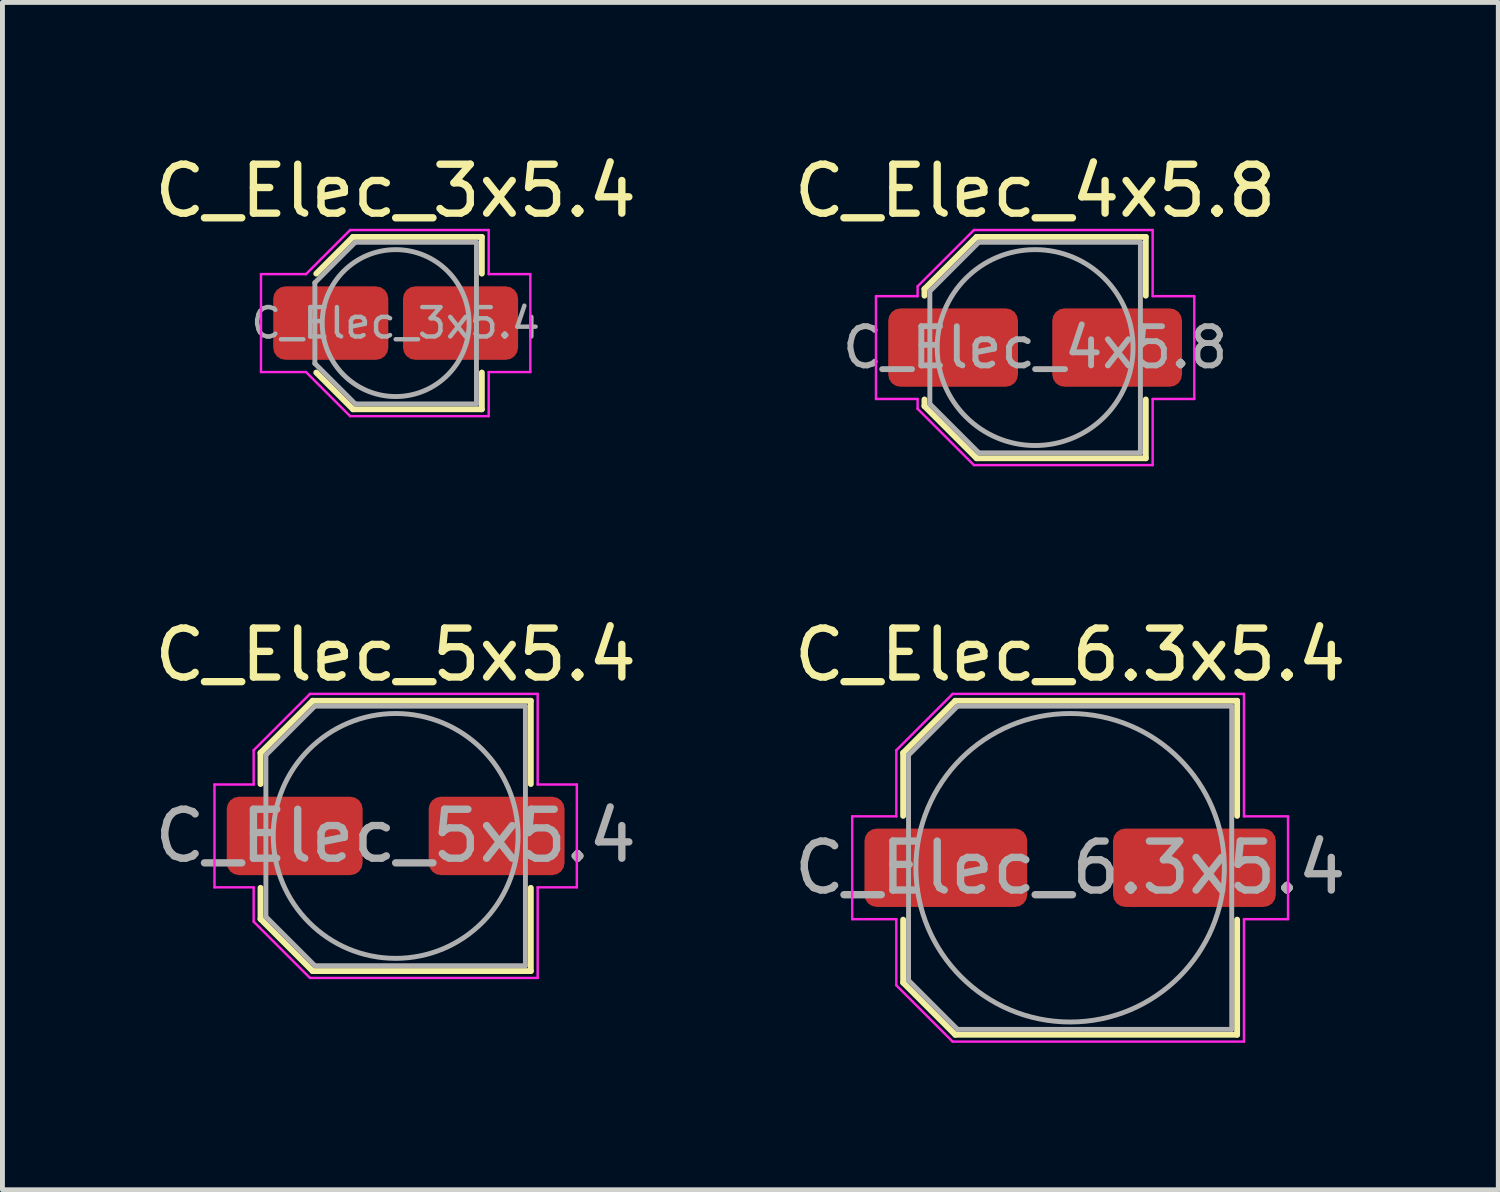
<source format=kicad_pcb>
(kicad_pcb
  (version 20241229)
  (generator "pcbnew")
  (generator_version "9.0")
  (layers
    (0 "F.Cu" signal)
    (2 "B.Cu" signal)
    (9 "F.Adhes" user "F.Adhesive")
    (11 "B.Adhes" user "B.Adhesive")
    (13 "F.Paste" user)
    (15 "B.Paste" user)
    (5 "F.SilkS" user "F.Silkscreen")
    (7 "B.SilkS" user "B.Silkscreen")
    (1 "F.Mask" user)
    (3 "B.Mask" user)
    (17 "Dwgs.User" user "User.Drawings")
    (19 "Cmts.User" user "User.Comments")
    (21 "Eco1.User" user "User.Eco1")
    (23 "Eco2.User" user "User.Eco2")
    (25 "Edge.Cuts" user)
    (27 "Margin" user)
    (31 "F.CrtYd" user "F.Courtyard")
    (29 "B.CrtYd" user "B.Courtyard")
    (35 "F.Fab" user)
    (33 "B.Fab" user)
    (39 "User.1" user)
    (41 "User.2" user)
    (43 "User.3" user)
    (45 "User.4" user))
  (footprint "C_Elec_5x5.4"
    (layer "F.Cu")
    (at 5.03 14.021)
    (property "Reference" "C_Elec_5x5.4" (at 0 -3.7 0) (layer "F.SilkS") (effects (font (size 1 1) (thickness 0.15))))
    (attr smd)
    (fp_line (start -2.76 -1.696) (end -2.76 -1.06) (stroke (width 0.12) (type solid)) (layer "F.SilkS"))
    (fp_line (start -2.76 -1.696) (end -1.696 -2.76) (stroke (width 0.12) (type solid)) (layer "F.SilkS"))
    (fp_line (start -2.76 1.696) (end -2.76 1.06) (stroke (width 0.12) (type solid)) (layer "F.SilkS"))
    (fp_line (start -2.76 1.696) (end -1.696 2.76) (stroke (width 0.12) (type solid)) (layer "F.SilkS"))
    (fp_line (start -1.696 -2.76) (end 2.76 -2.76) (stroke (width 0.12) (type solid)) (layer "F.SilkS"))
    (fp_line (start -1.696 2.76) (end 2.76 2.76) (stroke (width 0.12) (type solid)) (layer "F.SilkS"))
    (fp_line (start 2.76 -2.76) (end 2.76 -1.06) (stroke (width 0.12) (type solid)) (layer "F.SilkS"))
    (fp_line (start 2.76 2.76) (end 2.76 1.06) (stroke (width 0.12) (type solid)) (layer "F.SilkS"))
    (fp_line (start -3.7 -1.05) (end -3.7 1.05) (stroke (width 0.05) (type solid)) (layer "F.CrtYd"))
    (fp_line (start -3.7 1.05) (end -2.9 1.05) (stroke (width 0.05) (type solid)) (layer "F.CrtYd"))
    (fp_line (start -2.9 -1.75) (end -2.9 -1.05) (stroke (width 0.05) (type solid)) (layer "F.CrtYd"))
    (fp_line (start -2.9 -1.75) (end -1.75 -2.9) (stroke (width 0.05) (type solid)) (layer "F.CrtYd"))
    (fp_line (start -2.9 -1.05) (end -3.7 -1.05) (stroke (width 0.05) (type solid)) (layer "F.CrtYd"))
    (fp_line (start -2.9 1.05) (end -2.9 1.75) (stroke (width 0.05) (type solid)) (layer "F.CrtYd"))
    (fp_line (start -2.9 1.75) (end -1.75 2.9) (stroke (width 0.05) (type solid)) (layer "F.CrtYd"))
    (fp_line (start -1.75 -2.9) (end 2.9 -2.9) (stroke (width 0.05) (type solid)) (layer "F.CrtYd"))
    (fp_line (start -1.75 2.9) (end 2.9 2.9) (stroke (width 0.05) (type solid)) (layer "F.CrtYd"))
    (fp_line (start 2.9 -2.9) (end 2.9 -1.05) (stroke (width 0.05) (type solid)) (layer "F.CrtYd"))
    (fp_line (start 2.9 -1.05) (end 3.7 -1.05) (stroke (width 0.05) (type solid)) (layer "F.CrtYd"))
    (fp_line (start 2.9 1.05) (end 2.9 2.9) (stroke (width 0.05) (type solid)) (layer "F.CrtYd"))
    (fp_line (start 3.7 -1.05) (end 3.7 1.05) (stroke (width 0.05) (type solid)) (layer "F.CrtYd"))
    (fp_line (start 3.7 1.05) (end 2.9 1.05) (stroke (width 0.05) (type solid)) (layer "F.CrtYd"))
    (fp_line (start -2.65 -1.65) (end -2.65 1.65) (stroke (width 0.1) (type solid)) (layer "F.Fab"))
    (fp_line (start -2.65 -1.65) (end -1.65 -2.65) (stroke (width 0.1) (type solid)) (layer "F.Fab"))
    (fp_line (start -2.65 1.65) (end -1.65 2.65) (stroke (width 0.1) (type solid)) (layer "F.Fab"))
    (fp_line (start -1.65 -2.65) (end 2.65 -2.65) (stroke (width 0.1) (type solid)) (layer "F.Fab"))
    (fp_line (start -1.65 2.65) (end 2.65 2.65) (stroke (width 0.1) (type solid)) (layer "F.Fab"))
    (fp_line (start 2.65 -2.65) (end 2.65 2.65) (stroke (width 0.1) (type solid)) (layer "F.Fab"))
    (fp_circle (center 0 0) (end 2.5 0) (stroke (width 0.1) (type solid)) (fill no) (layer "F.Fab"))
    (fp_text user "${REFERENCE}" (at 0 0 0) (layer "F.Fab") (effects (font (size 1 1) (thickness 0.15))))
    (pad "1" smd roundrect (at -2.062 0) (size 2.775 1.6) (layers "F.Cu" "F.Mask" "F.Paste") (roundrect_rratio 0.156))
    (pad "2" smd roundrect (at 2.062 0) (size 2.775 1.6) (layers "F.Cu" "F.Mask" "F.Paste") (roundrect_rratio 0.156)))
  (footprint "C_Elec_4x5.8"
    (layer "F.Cu")
    (at 18.089 4.048)
    (property "Reference" "C_Elec_4x5.8" (at 0 -3.2 0) (layer "F.SilkS") (effects (font (size 1 1) (thickness 0.15))))
    (attr smd)
    (fp_line (start -2.26 -1.196) (end -2.26 -1.06) (stroke (width 0.12) (type solid)) (layer "F.SilkS"))
    (fp_line (start -2.26 -1.196) (end -1.196 -2.26) (stroke (width 0.12) (type solid)) (layer "F.SilkS"))
    (fp_line (start -2.26 1.196) (end -2.26 1.06) (stroke (width 0.12) (type solid)) (layer "F.SilkS"))
    (fp_line (start -2.26 1.196) (end -1.196 2.26) (stroke (width 0.12) (type solid)) (layer "F.SilkS"))
    (fp_line (start -1.196 -2.26) (end 2.26 -2.26) (stroke (width 0.12) (type solid)) (layer "F.SilkS"))
    (fp_line (start -1.196 2.26) (end 2.26 2.26) (stroke (width 0.12) (type solid)) (layer "F.SilkS"))
    (fp_line (start 2.26 -2.26) (end 2.26 -1.06) (stroke (width 0.12) (type solid)) (layer "F.SilkS"))
    (fp_line (start 2.26 2.26) (end 2.26 1.06) (stroke (width 0.12) (type solid)) (layer "F.SilkS"))
    (fp_line (start -3.25 -1.05) (end -3.25 1.05) (stroke (width 0.05) (type solid)) (layer "F.CrtYd"))
    (fp_line (start -3.25 1.05) (end -2.4 1.05) (stroke (width 0.05) (type solid)) (layer "F.CrtYd"))
    (fp_line (start -2.4 -1.25) (end -2.4 -1.05) (stroke (width 0.05) (type solid)) (layer "F.CrtYd"))
    (fp_line (start -2.4 -1.25) (end -1.25 -2.4) (stroke (width 0.05) (type solid)) (layer "F.CrtYd"))
    (fp_line (start -2.4 -1.05) (end -3.25 -1.05) (stroke (width 0.05) (type solid)) (layer "F.CrtYd"))
    (fp_line (start -2.4 1.05) (end -2.4 1.25) (stroke (width 0.05) (type solid)) (layer "F.CrtYd"))
    (fp_line (start -2.4 1.25) (end -1.25 2.4) (stroke (width 0.05) (type solid)) (layer "F.CrtYd"))
    (fp_line (start -1.25 -2.4) (end 2.4 -2.4) (stroke (width 0.05) (type solid)) (layer "F.CrtYd"))
    (fp_line (start -1.25 2.4) (end 2.4 2.4) (stroke (width 0.05) (type solid)) (layer "F.CrtYd"))
    (fp_line (start 2.4 -2.4) (end 2.4 -1.05) (stroke (width 0.05) (type solid)) (layer "F.CrtYd"))
    (fp_line (start 2.4 -1.05) (end 3.25 -1.05) (stroke (width 0.05) (type solid)) (layer "F.CrtYd"))
    (fp_line (start 2.4 1.05) (end 2.4 2.4) (stroke (width 0.05) (type solid)) (layer "F.CrtYd"))
    (fp_line (start 3.25 -1.05) (end 3.25 1.05) (stroke (width 0.05) (type solid)) (layer "F.CrtYd"))
    (fp_line (start 3.25 1.05) (end 2.4 1.05) (stroke (width 0.05) (type solid)) (layer "F.CrtYd"))
    (fp_line (start -2.15 -1.15) (end -2.15 1.15) (stroke (width 0.1) (type solid)) (layer "F.Fab"))
    (fp_line (start -2.15 -1.15) (end -1.15 -2.15) (stroke (width 0.1) (type solid)) (layer "F.Fab"))
    (fp_line (start -2.15 1.15) (end -1.15 2.15) (stroke (width 0.1) (type solid)) (layer "F.Fab"))
    (fp_line (start -1.15 -2.15) (end 2.15 -2.15) (stroke (width 0.1) (type solid)) (layer "F.Fab"))
    (fp_line (start -1.15 2.15) (end 2.15 2.15) (stroke (width 0.1) (type solid)) (layer "F.Fab"))
    (fp_line (start 2.15 -2.15) (end 2.15 2.15) (stroke (width 0.1) (type solid)) (layer "F.Fab"))
    (fp_circle (center 0 0) (end 2 0) (stroke (width 0.1) (type solid)) (fill no) (layer "F.Fab"))
    (fp_text user "${REFERENCE}" (at 0 0 0) (layer "F.Fab") (effects (font (size 0.8 0.8) (thickness 0.12))))
    (pad "1" smd roundrect (at -1.675 0) (size 2.65 1.6) (layers "F.Cu" "F.Mask" "F.Paste") (roundrect_rratio 0.156))
    (pad "2" smd roundrect (at 1.675 0) (size 2.65 1.6) (layers "F.Cu" "F.Mask" "F.Paste") (roundrect_rratio 0.156)))
  (footprint "C_Elec_6.3x5.4"
    (layer "F.Cu")
    (at 18.804 14.671)
    (property "Reference" "C_Elec_6.3x5.4" (at 0 -4.35 0) (layer "F.SilkS") (effects (font (size 1 1) (thickness 0.15))))
    (attr smd)
    (fp_line (start -3.41 -2.346) (end -3.41 -1.06) (stroke (width 0.12) (type solid)) (layer "F.SilkS"))
    (fp_line (start -3.41 -2.346) (end -2.346 -3.41) (stroke (width 0.12) (type solid)) (layer "F.SilkS"))
    (fp_line (start -3.41 2.346) (end -3.41 1.06) (stroke (width 0.12) (type solid)) (layer "F.SilkS"))
    (fp_line (start -3.41 2.346) (end -2.346 3.41) (stroke (width 0.12) (type solid)) (layer "F.SilkS"))
    (fp_line (start -2.346 -3.41) (end 3.41 -3.41) (stroke (width 0.12) (type solid)) (layer "F.SilkS"))
    (fp_line (start -2.346 3.41) (end 3.41 3.41) (stroke (width 0.12) (type solid)) (layer "F.SilkS"))
    (fp_line (start 3.41 -3.41) (end 3.41 -1.06) (stroke (width 0.12) (type solid)) (layer "F.SilkS"))
    (fp_line (start 3.41 3.41) (end 3.41 1.06) (stroke (width 0.12) (type solid)) (layer "F.SilkS"))
    (fp_line (start -4.45 -1.05) (end -4.45 1.05) (stroke (width 0.05) (type solid)) (layer "F.CrtYd"))
    (fp_line (start -4.45 1.05) (end -3.55 1.05) (stroke (width 0.05) (type solid)) (layer "F.CrtYd"))
    (fp_line (start -3.55 -2.4) (end -3.55 -1.05) (stroke (width 0.05) (type solid)) (layer "F.CrtYd"))
    (fp_line (start -3.55 -2.4) (end -2.4 -3.55) (stroke (width 0.05) (type solid)) (layer "F.CrtYd"))
    (fp_line (start -3.55 -1.05) (end -4.45 -1.05) (stroke (width 0.05) (type solid)) (layer "F.CrtYd"))
    (fp_line (start -3.55 1.05) (end -3.55 2.4) (stroke (width 0.05) (type solid)) (layer "F.CrtYd"))
    (fp_line (start -3.55 2.4) (end -2.4 3.55) (stroke (width 0.05) (type solid)) (layer "F.CrtYd"))
    (fp_line (start -2.4 -3.55) (end 3.55 -3.55) (stroke (width 0.05) (type solid)) (layer "F.CrtYd"))
    (fp_line (start -2.4 3.55) (end 3.55 3.55) (stroke (width 0.05) (type solid)) (layer "F.CrtYd"))
    (fp_line (start 3.55 -3.55) (end 3.55 -1.05) (stroke (width 0.05) (type solid)) (layer "F.CrtYd"))
    (fp_line (start 3.55 -1.05) (end 4.45 -1.05) (stroke (width 0.05) (type solid)) (layer "F.CrtYd"))
    (fp_line (start 3.55 1.05) (end 3.55 3.55) (stroke (width 0.05) (type solid)) (layer "F.CrtYd"))
    (fp_line (start 4.45 -1.05) (end 4.45 1.05) (stroke (width 0.05) (type solid)) (layer "F.CrtYd"))
    (fp_line (start 4.45 1.05) (end 3.55 1.05) (stroke (width 0.05) (type solid)) (layer "F.CrtYd"))
    (fp_line (start -3.3 -2.3) (end -3.3 2.3) (stroke (width 0.1) (type solid)) (layer "F.Fab"))
    (fp_line (start -3.3 -2.3) (end -2.3 -3.3) (stroke (width 0.1) (type solid)) (layer "F.Fab"))
    (fp_line (start -3.3 2.3) (end -2.3 3.3) (stroke (width 0.1) (type solid)) (layer "F.Fab"))
    (fp_line (start -2.3 -3.3) (end 3.3 -3.3) (stroke (width 0.1) (type solid)) (layer "F.Fab"))
    (fp_line (start -2.3 3.3) (end 3.3 3.3) (stroke (width 0.1) (type solid)) (layer "F.Fab"))
    (fp_line (start 3.3 -3.3) (end 3.3 3.3) (stroke (width 0.1) (type solid)) (layer "F.Fab"))
    (fp_circle (center 0 0) (end 3.15 0) (stroke (width 0.1) (type solid)) (fill no) (layer "F.Fab"))
    (fp_text user "${REFERENCE}" (at 0 0 0) (layer "F.Fab") (effects (font (size 1 1) (thickness 0.15))))
    (pad "1" smd roundrect (at -2.538 0) (size 3.325 1.6) (layers "F.Cu" "F.Mask" "F.Paste") (roundrect_rratio 0.156))
    (pad "2" smd roundrect (at 2.538 0) (size 3.325 1.6) (layers "F.Cu" "F.Mask" "F.Paste") (roundrect_rratio 0.156)))
  (footprint "C_Elec_3x5.4"
    (layer "F.Cu")
    (at 5.03 3.548)
    (property "Reference" "C_Elec_3x5.4" (at 0 -2.7 0) (layer "F.SilkS") (effects (font (size 1 1) (thickness 0.15))))
    (attr smd)
    (fp_line (start -1.621 -1.01) (end -0.871 -1.76) (stroke (width 0.12) (type solid)) (layer "F.SilkS"))
    (fp_line (start -1.621 1.01) (end -0.871 1.76) (stroke (width 0.12) (type solid)) (layer "F.SilkS"))
    (fp_line (start -0.871 -1.76) (end 1.76 -1.76) (stroke (width 0.12) (type solid)) (layer "F.SilkS"))
    (fp_line (start -0.871 1.76) (end 1.76 1.76) (stroke (width 0.12) (type solid)) (layer "F.SilkS"))
    (fp_line (start 1.76 -1.76) (end 1.76 -1.01) (stroke (width 0.12) (type solid)) (layer "F.SilkS"))
    (fp_line (start 1.76 1.76) (end 1.76 1.01) (stroke (width 0.12) (type solid)) (layer "F.SilkS"))
    (fp_line (start -2.75 -1) (end -2.75 1) (stroke (width 0.05) (type solid)) (layer "F.CrtYd"))
    (fp_line (start -2.75 1) (end -1.83 1) (stroke (width 0.05) (type solid)) (layer "F.CrtYd"))
    (fp_line (start -1.83 -1) (end -2.75 -1) (stroke (width 0.05) (type solid)) (layer "F.CrtYd"))
    (fp_line (start -1.83 -1) (end -0.93 -1.9) (stroke (width 0.05) (type solid)) (layer "F.CrtYd"))
    (fp_line (start -1.83 1) (end -0.93 1.9) (stroke (width 0.05) (type solid)) (layer "F.CrtYd"))
    (fp_line (start -0.93 -1.9) (end 1.9 -1.9) (stroke (width 0.05) (type solid)) (layer "F.CrtYd"))
    (fp_line (start -0.93 1.9) (end 1.9 1.9) (stroke (width 0.05) (type solid)) (layer "F.CrtYd"))
    (fp_line (start 1.9 -1.9) (end 1.9 -1) (stroke (width 0.05) (type solid)) (layer "F.CrtYd"))
    (fp_line (start 1.9 -1) (end 2.75 -1) (stroke (width 0.05) (type solid)) (layer "F.CrtYd"))
    (fp_line (start 1.9 1) (end 1.9 1.9) (stroke (width 0.05) (type solid)) (layer "F.CrtYd"))
    (fp_line (start 2.75 -1) (end 2.75 1) (stroke (width 0.05) (type solid)) (layer "F.CrtYd"))
    (fp_line (start 2.75 1) (end 1.9 1) (stroke (width 0.05) (type solid)) (layer "F.CrtYd"))
    (fp_line (start -1.65 -0.825) (end -1.65 0.825) (stroke (width 0.1) (type solid)) (layer "F.Fab"))
    (fp_line (start -1.65 -0.825) (end -0.825 -1.65) (stroke (width 0.1) (type solid)) (layer "F.Fab"))
    (fp_line (start -1.65 0.825) (end -0.825 1.65) (stroke (width 0.1) (type solid)) (layer "F.Fab"))
    (fp_line (start -0.825 -1.65) (end 1.65 -1.65) (stroke (width 0.1) (type solid)) (layer "F.Fab"))
    (fp_line (start -0.825 1.65) (end 1.65 1.65) (stroke (width 0.1) (type solid)) (layer "F.Fab"))
    (fp_line (start 1.65 -1.65) (end 1.65 1.65) (stroke (width 0.1) (type solid)) (layer "F.Fab"))
    (fp_circle (center 0 0) (end 1.5 0) (stroke (width 0.1) (type solid)) (fill no) (layer "F.Fab"))
    (fp_text user "${REFERENCE}" (at 0 0 0) (layer "F.Fab") (effects (font (size 0.6 0.6) (thickness 0.09))))
    (pad "1" smd roundrect (at -1.325 0) (size 2.35 1.5) (layers "F.Cu" "F.Mask" "F.Paste") (roundrect_rratio 0.167))
    (pad "2" smd roundrect (at 1.325 0) (size 2.35 1.5) (layers "F.Cu" "F.Mask" "F.Paste") (roundrect_rratio 0.167)))
  (gr_rect
    (start -3 -3)
    (end 27.548 21.247)
    (stroke (width 0.1) (type default))
    (fill no)
    (layer "Edge.Cuts")))
</source>
